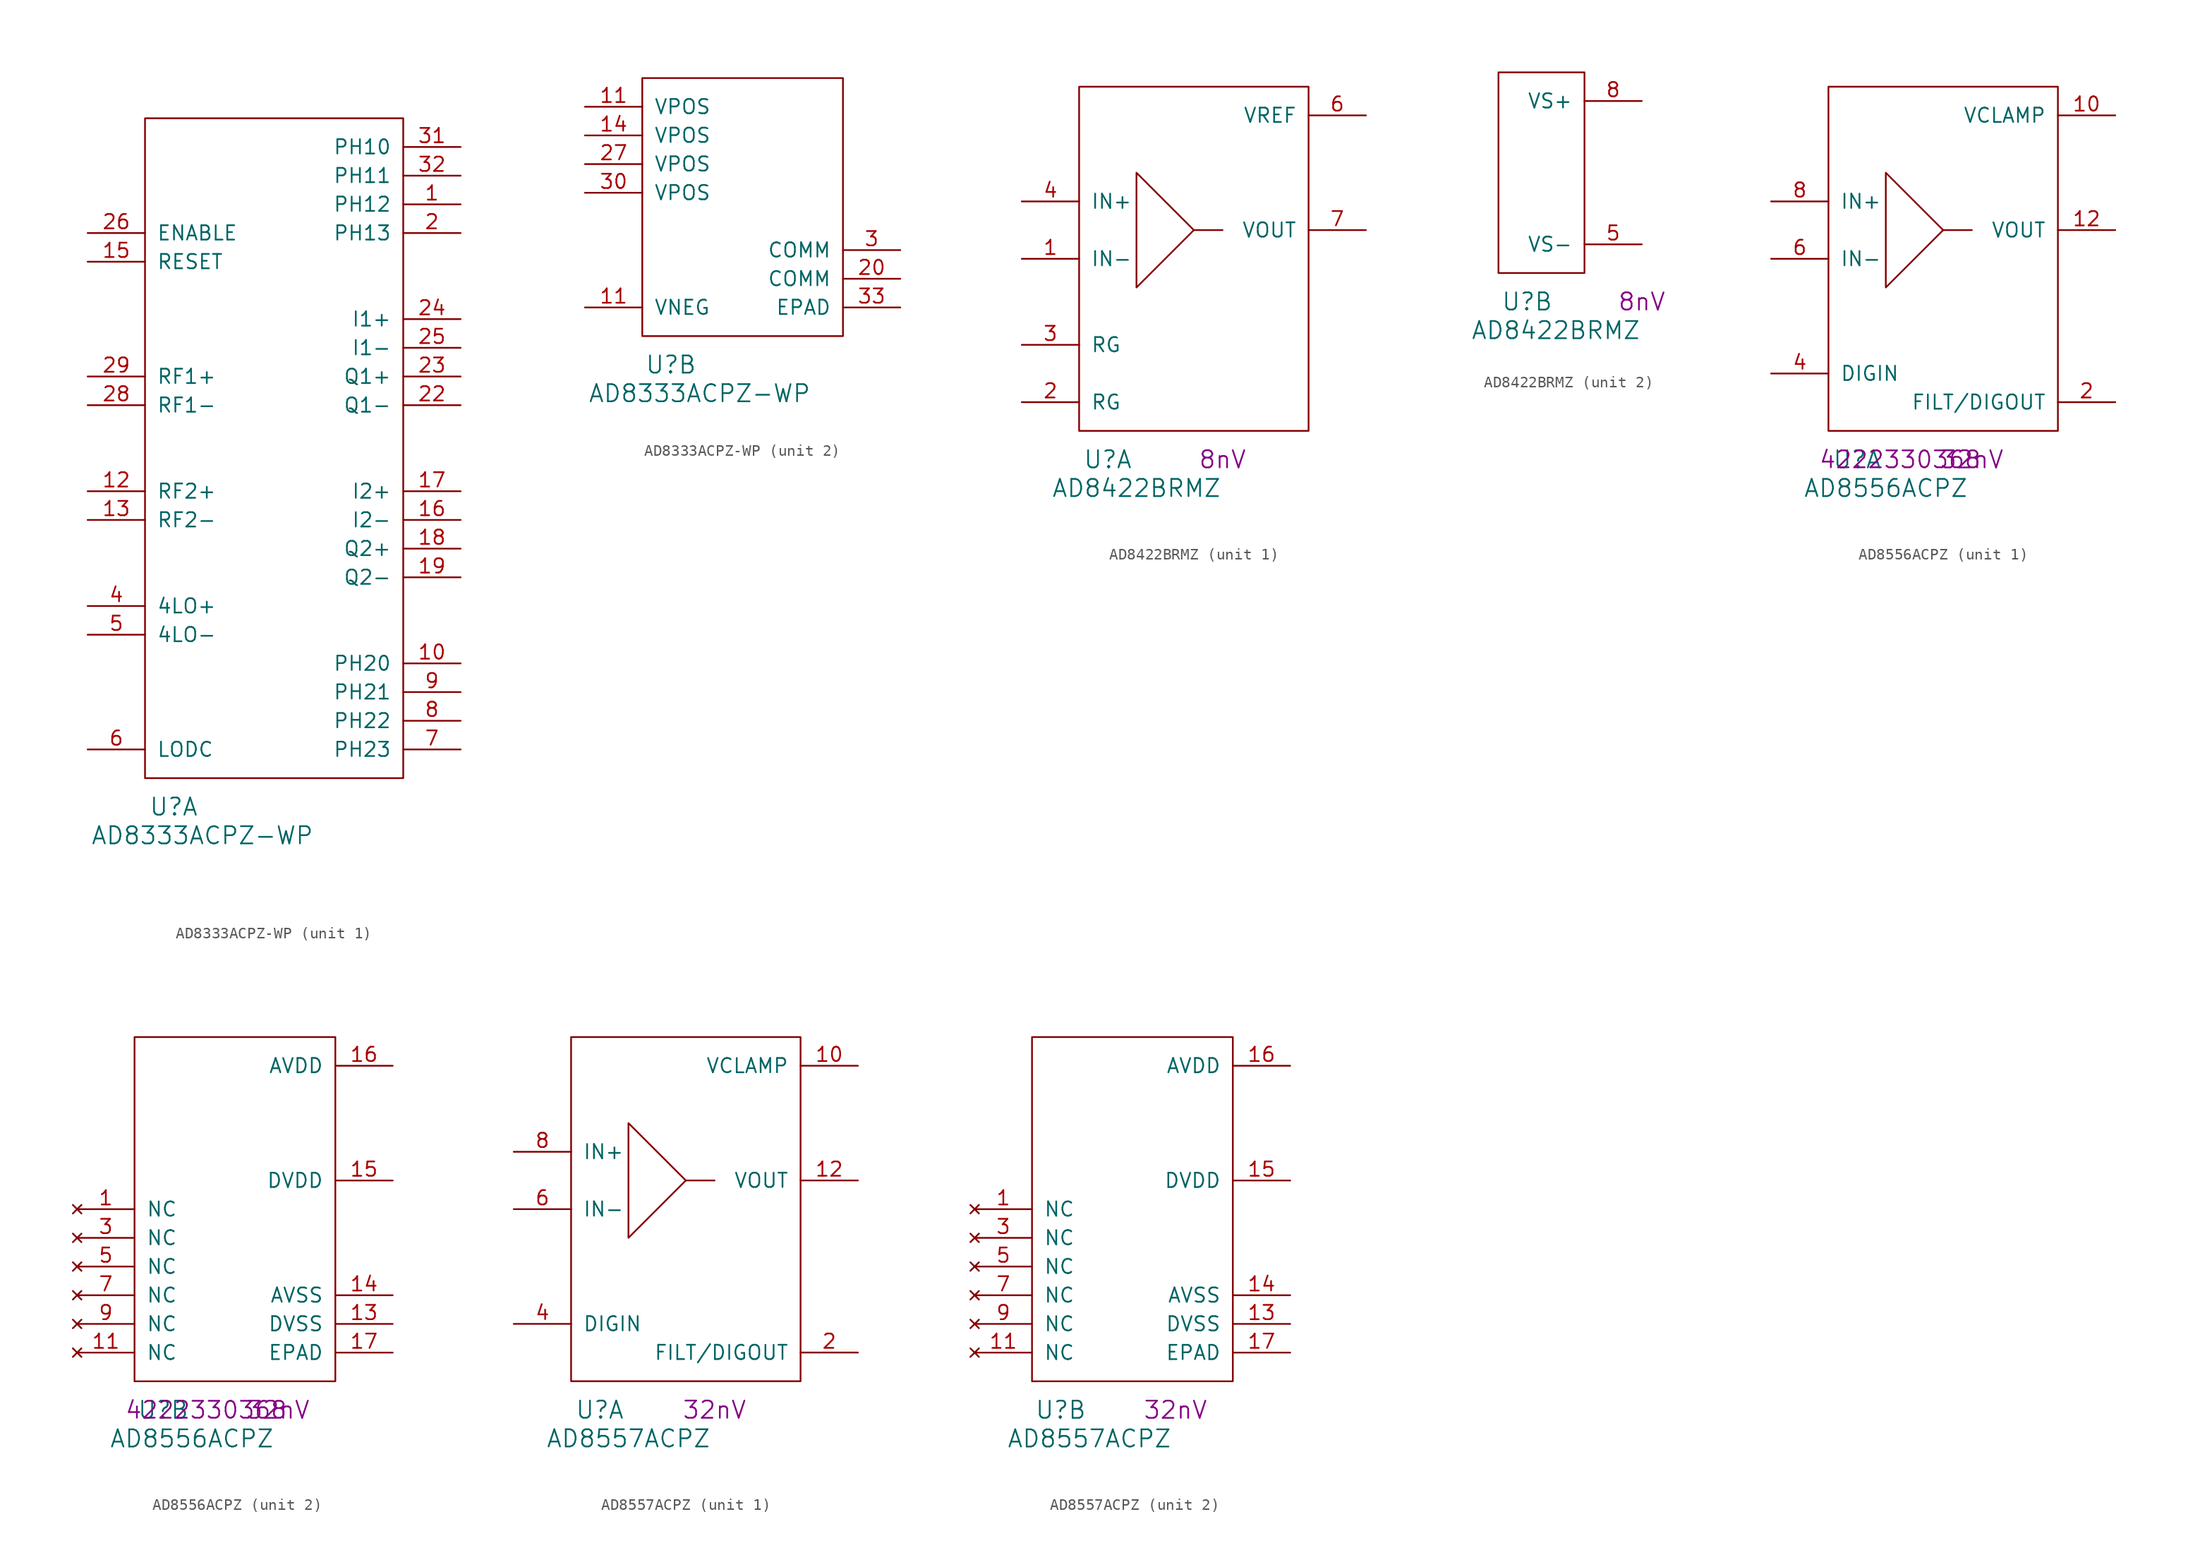
<source format=kicad_sym>
(kicad_symbol_lib
  (version 20220914)
  (generator kicad_symbol_editor)
  (symbol "AD8333ACPZ-WP"
    (pin_names
      (offset 1.016))
    (property "Reference" "U"
      (at 2.54 -2.54 0)
      (effects (font (size 1.524 1.524))))
    (property "Value" "AD8333ACPZ-WP"
      (at 5.08 -5.08 0)
      (effects (font (size 1.524 1.524))))
    (property "ki_locked" ""
      (at 0 0 0)
      (effects (font (size 1.27 1.27))))
    (symbol "AD8333ACPZ-WP_1_1"
      (rectangle (start 0 0) (end 22.86 58.42) (stroke (width 0) (type solid)) (fill (type none)))
      (pin input line (at 27.94 50.8 180) (length 5.08) (name "PH12" (effects (font (size 1.27 1.27)))) (number "1" (effects (font (size 1.27 1.27)))))
      (pin input line (at 27.94 10.16 180) (length 5.08) (name "PH20" (effects (font (size 1.27 1.27)))) (number "10" (effects (font (size 1.27 1.27)))))
      (pin input line (at -5.08 25.4 0) (length 5.08) (name "RF2+" (effects (font (size 1.27 1.27)))) (number "12" (effects (font (size 1.27 1.27)))))
      (pin input line (at -5.08 22.86 0) (length 5.08) (name "RF2-" (effects (font (size 1.27 1.27)))) (number "13" (effects (font (size 1.27 1.27)))))
      (pin input line (at -5.08 45.72 0) (length 5.08) (name "RESET" (effects (font (size 1.27 1.27)))) (number "15" (effects (font (size 1.27 1.27)))))
      (pin output line (at 27.94 22.86 180) (length 5.08) (name "I2-" (effects (font (size 1.27 1.27)))) (number "16" (effects (font (size 1.27 1.27)))))
      (pin output line (at 27.94 25.4 180) (length 5.08) (name "I2+" (effects (font (size 1.27 1.27)))) (number "17" (effects (font (size 1.27 1.27)))))
      (pin output line (at 27.94 20.32 180) (length 5.08) (name "Q2+" (effects (font (size 1.27 1.27)))) (number "18" (effects (font (size 1.27 1.27)))))
      (pin output line (at 27.94 17.78 180) (length 5.08) (name "Q2-" (effects (font (size 1.27 1.27)))) (number "19" (effects (font (size 1.27 1.27)))))
      (pin input line (at 27.94 48.26 180) (length 5.08) (name "PH13" (effects (font (size 1.27 1.27)))) (number "2" (effects (font (size 1.27 1.27)))))
      (pin output line (at 27.94 33.02 180) (length 5.08) (name "Q1-" (effects (font (size 1.27 1.27)))) (number "22" (effects (font (size 1.27 1.27)))))
      (pin output line (at 27.94 35.56 180) (length 5.08) (name "Q1+" (effects (font (size 1.27 1.27)))) (number "23" (effects (font (size 1.27 1.27)))))
      (pin output line (at 27.94 40.64 180) (length 5.08) (name "I1+" (effects (font (size 1.27 1.27)))) (number "24" (effects (font (size 1.27 1.27)))))
      (pin output line (at 27.94 38.1 180) (length 5.08) (name "I1-" (effects (font (size 1.27 1.27)))) (number "25" (effects (font (size 1.27 1.27)))))
      (pin input line (at -5.08 48.26 0) (length 5.08) (name "ENABLE" (effects (font (size 1.27 1.27)))) (number "26" (effects (font (size 1.27 1.27)))))
      (pin input line (at -5.08 33.02 0) (length 5.08) (name "RF1-" (effects (font (size 1.27 1.27)))) (number "28" (effects (font (size 1.27 1.27)))))
      (pin input line (at -5.08 35.56 0) (length 5.08) (name "RF1+" (effects (font (size 1.27 1.27)))) (number "29" (effects (font (size 1.27 1.27)))))
      (pin input line (at 27.94 55.88 180) (length 5.08) (name "PH10" (effects (font (size 1.27 1.27)))) (number "31" (effects (font (size 1.27 1.27)))))
      (pin input line (at 27.94 53.34 180) (length 5.08) (name "PH11" (effects (font (size 1.27 1.27)))) (number "32" (effects (font (size 1.27 1.27)))))
      (pin input line (at -5.08 15.24 0) (length 5.08) (name "4LO+" (effects (font (size 1.27 1.27)))) (number "4" (effects (font (size 1.27 1.27)))))
      (pin input line (at -5.08 12.7 0) (length 5.08) (name "4LO-" (effects (font (size 1.27 1.27)))) (number "5" (effects (font (size 1.27 1.27)))))
      (pin input line (at -5.08 2.54 0) (length 5.08) (name "LODC" (effects (font (size 1.27 1.27)))) (number "6" (effects (font (size 1.27 1.27)))))
      (pin input line (at 27.94 2.54 180) (length 5.08) (name "PH23" (effects (font (size 1.27 1.27)))) (number "7" (effects (font (size 1.27 1.27)))))
      (pin input line (at 27.94 5.08 180) (length 5.08) (name "PH22" (effects (font (size 1.27 1.27)))) (number "8" (effects (font (size 1.27 1.27)))))
      (pin input line (at 27.94 7.62 180) (length 5.08) (name "PH21" (effects (font (size 1.27 1.27)))) (number "9" (effects (font (size 1.27 1.27))))))
    (symbol "AD8333ACPZ-WP_2_1"
      (rectangle (start 0 0) (end 17.78 22.86) (stroke (width 0) (type solid)) (fill (type none)))
      (pin power_in line (at -5.08 2.54 0) (length 5.08) (name "VNEG" (effects (font (size 1.27 1.27)))) (number "11" (effects (font (size 1.27 1.27)))))
      (pin power_in line (at -5.08 20.32 0) (length 5.08) (name "VPOS" (effects (font (size 1.27 1.27)))) (number "11" (effects (font (size 1.27 1.27)))))
      (pin power_in line (at -5.08 17.78 0) (length 5.08) (name "VPOS" (effects (font (size 1.27 1.27)))) (number "14" (effects (font (size 1.27 1.27)))))
      (pin power_in line (at 22.86 5.08 180) (length 5.08) (name "COMM" (effects (font (size 1.27 1.27)))) (number "20" (effects (font (size 1.27 1.27)))))
      (pin power_in line (at -5.08 15.24 0) (length 5.08) (name "VPOS" (effects (font (size 1.27 1.27)))) (number "27" (effects (font (size 1.27 1.27)))))
      (pin power_in line (at 22.86 7.62 180) (length 5.08) (name "COMM" (effects (font (size 1.27 1.27)))) (number "3" (effects (font (size 1.27 1.27)))))
      (pin power_in line (at -5.08 12.7 0) (length 5.08) (name "VPOS" (effects (font (size 1.27 1.27)))) (number "30" (effects (font (size 1.27 1.27)))))
      (pin power_in line (at 22.86 2.54 180) (length 5.08) (name "EPAD" (effects (font (size 1.27 1.27)))) (number "33" (effects (font (size 1.27 1.27)))))))
  (symbol "AD8422BRMZ"
    (pin_names
      (offset 1.016))
    (property "Reference" "U"
      (at 2.54 -2.54 0)
      (effects (font (size 1.524 1.524))))
    (property "Value" "AD8422BRMZ"
      (at 5.08 -5.08 0)
      (effects (font (size 1.524 1.524))))
    (property "Noise" "8nV"
      (at 12.7 -2.54 0)
      (effects (font (size 1.524 1.524))))
    (property "ki_locked" ""
      (at 0 0 0)
      (effects (font (size 1.27 1.27))))
    (symbol "AD8422BRMZ_1_1"
      (polyline (pts (xy 10.16 17.78) (xy 12.7 17.78)) (stroke (width 0) (type solid)) (fill (type none)))
      (polyline (pts (xy 10.16 17.78) (xy 5.08 22.86) (xy 5.08 12.7) (xy 10.16 17.78)) (stroke (width 0) (type solid)) (fill (type none)))
      (rectangle (start 0 0) (end 20.32 30.48) (stroke (width 0) (type solid)) (fill (type none)))
      (pin input line (at -5.08 15.24 0) (length 5.08) (name "IN-" (effects (font (size 1.27 1.27)))) (number "1" (effects (font (size 1.27 1.27)))))
      (pin output line (at -5.08 2.54 0) (length 5.08) (name "RG" (effects (font (size 1.27 1.27)))) (number "2" (effects (font (size 1.27 1.27)))))
      (pin input line (at -5.08 7.62 0) (length 5.08) (name "RG" (effects (font (size 1.27 1.27)))) (number "3" (effects (font (size 1.27 1.27)))))
      (pin input line (at -5.08 20.32 0) (length 5.08) (name "IN+" (effects (font (size 1.27 1.27)))) (number "4" (effects (font (size 1.27 1.27)))))
      (pin input line (at 25.4 27.94 180) (length 5.08) (name "VREF" (effects (font (size 1.27 1.27)))) (number "6" (effects (font (size 1.27 1.27)))))
      (pin output line (at 25.4 17.78 180) (length 5.08) (name "VOUT" (effects (font (size 1.27 1.27)))) (number "7" (effects (font (size 1.27 1.27))))))
    (symbol "AD8422BRMZ_2_1"
      (rectangle (start 0 0) (end 7.62 17.78) (stroke (width 0) (type solid)) (fill (type none)))
      (pin power_in line (at 12.7 2.54 180) (length 5.08) (name "VS-" (effects (font (size 1.27 1.27)))) (number "5" (effects (font (size 1.27 1.27)))))
      (pin power_in line (at 12.7 15.24 180) (length 5.08) (name "VS+" (effects (font (size 1.27 1.27)))) (number "8" (effects (font (size 1.27 1.27)))))))
  (symbol "AD8556ACPZ"
    (pin_names
      (offset 1.016))
    (property "Reference" "U"
      (at 2.54 -2.54 0)
      (effects (font (size 1.524 1.524))))
    (property "Value" "AD8556ACPZ"
      (at 5.08 -5.08 0)
      (effects (font (size 1.524 1.524))))
    (property "Noise" "32nV"
      (at 12.7 -2.54 0)
      (effects (font (size 1.524 1.524))))
    (property "AC" "4222330368"
      (at 6.35 -2.54 0)
      (effects (font (size 1.499 1.499))))
    (property "ki_locked" ""
      (at 0 0 0)
      (effects (font (size 1.27 1.27))))
    (symbol "AD8556ACPZ_1_1"
      (polyline (pts (xy 10.16 17.78) (xy 12.7 17.78)) (stroke (width 0) (type solid)) (fill (type none)))
      (polyline (pts (xy 10.16 17.78) (xy 5.08 22.86) (xy 5.08 12.7) (xy 10.16 17.78)) (stroke (width 0) (type solid)) (fill (type none)))
      (rectangle (start 0 0) (end 20.32 30.48) (stroke (width 0) (type solid)) (fill (type none)))
      (pin input line (at 25.4 27.94 180) (length 5.08) (name "VCLAMP" (effects (font (size 1.27 1.27)))) (number "10" (effects (font (size 1.27 1.27)))))
      (pin output line (at 25.4 17.78 180) (length 5.08) (name "VOUT" (effects (font (size 1.27 1.27)))) (number "12" (effects (font (size 1.27 1.27)))))
      (pin output line (at 25.4 2.54 180) (length 5.08) (name "FILT/DIGOUT" (effects (font (size 1.27 1.27)))) (number "2" (effects (font (size 1.27 1.27)))))
      (pin input line (at -5.08 5.08 0) (length 5.08) (name "DIGIN" (effects (font (size 1.27 1.27)))) (number "4" (effects (font (size 1.27 1.27)))))
      (pin input line (at -5.08 15.24 0) (length 5.08) (name "IN-" (effects (font (size 1.27 1.27)))) (number "6" (effects (font (size 1.27 1.27)))))
      (pin input line (at -5.08 20.32 0) (length 5.08) (name "IN+" (effects (font (size 1.27 1.27)))) (number "8" (effects (font (size 1.27 1.27))))))
    (symbol "AD8556ACPZ_2_1"
      (rectangle (start 0 0) (end 17.78 30.48) (stroke (width 0) (type solid)) (fill (type none)))
      (pin no_connect line (at -5.08 15.24 0) (length 5.08) (name "NC" (effects (font (size 1.27 1.27)))) (number "1" (effects (font (size 1.27 1.27)))))
      (pin no_connect line (at -5.08 2.54 0) (length 5.08) (name "NC" (effects (font (size 1.27 1.27)))) (number "11" (effects (font (size 1.27 1.27)))))
      (pin power_in line (at 22.86 5.08 180) (length 5.08) (name "DVSS" (effects (font (size 1.27 1.27)))) (number "13" (effects (font (size 1.27 1.27)))))
      (pin power_in line (at 22.86 7.62 180) (length 5.08) (name "AVSS" (effects (font (size 1.27 1.27)))) (number "14" (effects (font (size 1.27 1.27)))))
      (pin power_in line (at 22.86 17.78 180) (length 5.08) (name "DVDD" (effects (font (size 1.27 1.27)))) (number "15" (effects (font (size 1.27 1.27)))))
      (pin power_in line (at 22.86 27.94 180) (length 5.08) (name "AVDD" (effects (font (size 1.27 1.27)))) (number "16" (effects (font (size 1.27 1.27)))))
      (pin power_in line (at 22.86 2.54 180) (length 5.08) (name "EPAD" (effects (font (size 1.27 1.27)))) (number "17" (effects (font (size 1.27 1.27)))))
      (pin no_connect line (at -5.08 12.7 0) (length 5.08) (name "NC" (effects (font (size 1.27 1.27)))) (number "3" (effects (font (size 1.27 1.27)))))
      (pin no_connect line (at -5.08 10.16 0) (length 5.08) (name "NC" (effects (font (size 1.27 1.27)))) (number "5" (effects (font (size 1.27 1.27)))))
      (pin no_connect line (at -5.08 7.62 0) (length 5.08) (name "NC" (effects (font (size 1.27 1.27)))) (number "7" (effects (font (size 1.27 1.27)))))
      (pin no_connect line (at -5.08 5.08 0) (length 5.08) (name "NC" (effects (font (size 1.27 1.27)))) (number "9" (effects (font (size 1.27 1.27)))))))
  (symbol "AD8557ACPZ"
    (pin_names
      (offset 1.016))
    (property "Reference" "U"
      (at 2.54 -2.54 0)
      (effects (font (size 1.524 1.524))))
    (property "Value" "AD8557ACPZ"
      (at 5.08 -5.08 0)
      (effects (font (size 1.524 1.524))))
    (property "Noise" "32nV"
      (at 12.7 -2.54 0)
      (effects (font (size 1.524 1.524))))
    (property "ki_locked" ""
      (at 0 0 0)
      (effects (font (size 1.27 1.27))))
    (symbol "AD8557ACPZ_1_1"
      (polyline (pts (xy 10.16 17.78) (xy 12.7 17.78)) (stroke (width 0) (type solid)) (fill (type none)))
      (polyline (pts (xy 10.16 17.78) (xy 5.08 22.86) (xy 5.08 12.7) (xy 10.16 17.78)) (stroke (width 0) (type solid)) (fill (type none)))
      (rectangle (start 0 0) (end 20.32 30.48) (stroke (width 0) (type solid)) (fill (type none)))
      (pin power_in line (at 25.4 27.94 180) (length 5.08) (name "VCLAMP" (effects (font (size 1.27 1.27)))) (number "10" (effects (font (size 1.27 1.27)))))
      (pin output line (at 25.4 17.78 180) (length 5.08) (name "VOUT" (effects (font (size 1.27 1.27)))) (number "12" (effects (font (size 1.27 1.27)))))
      (pin output line (at 25.4 2.54 180) (length 5.08) (name "FILT/DIGOUT" (effects (font (size 1.27 1.27)))) (number "2" (effects (font (size 1.27 1.27)))))
      (pin input line (at -5.08 5.08 0) (length 5.08) (name "DIGIN" (effects (font (size 1.27 1.27)))) (number "4" (effects (font (size 1.27 1.27)))))
      (pin input line (at -5.08 15.24 0) (length 5.08) (name "IN-" (effects (font (size 1.27 1.27)))) (number "6" (effects (font (size 1.27 1.27)))))
      (pin input line (at -5.08 20.32 0) (length 5.08) (name "IN+" (effects (font (size 1.27 1.27)))) (number "8" (effects (font (size 1.27 1.27))))))
    (symbol "AD8557ACPZ_2_1"
      (rectangle (start 0 0) (end 17.78 30.48) (stroke (width 0) (type solid)) (fill (type none)))
      (pin no_connect line (at -5.08 15.24 0) (length 5.08) (name "NC" (effects (font (size 1.27 1.27)))) (number "1" (effects (font (size 1.27 1.27)))))
      (pin no_connect line (at -5.08 2.54 0) (length 5.08) (name "NC" (effects (font (size 1.27 1.27)))) (number "11" (effects (font (size 1.27 1.27)))))
      (pin power_in line (at 22.86 5.08 180) (length 5.08) (name "DVSS" (effects (font (size 1.27 1.27)))) (number "13" (effects (font (size 1.27 1.27)))))
      (pin power_in line (at 22.86 7.62 180) (length 5.08) (name "AVSS" (effects (font (size 1.27 1.27)))) (number "14" (effects (font (size 1.27 1.27)))))
      (pin power_in line (at 22.86 17.78 180) (length 5.08) (name "DVDD" (effects (font (size 1.27 1.27)))) (number "15" (effects (font (size 1.27 1.27)))))
      (pin power_in line (at 22.86 27.94 180) (length 5.08) (name "AVDD" (effects (font (size 1.27 1.27)))) (number "16" (effects (font (size 1.27 1.27)))))
      (pin power_in line (at 22.86 2.54 180) (length 5.08) (name "EPAD" (effects (font (size 1.27 1.27)))) (number "17" (effects (font (size 1.27 1.27)))))
      (pin no_connect line (at -5.08 12.7 0) (length 5.08) (name "NC" (effects (font (size 1.27 1.27)))) (number "3" (effects (font (size 1.27 1.27)))))
      (pin no_connect line (at -5.08 10.16 0) (length 5.08) (name "NC" (effects (font (size 1.27 1.27)))) (number "5" (effects (font (size 1.27 1.27)))))
      (pin no_connect line (at -5.08 7.62 0) (length 5.08) (name "NC" (effects (font (size 1.27 1.27)))) (number "7" (effects (font (size 1.27 1.27)))))
      (pin no_connect line (at -5.08 5.08 0) (length 5.08) (name "NC" (effects (font (size 1.27 1.27)))) (number "9" (effects (font (size 1.27 1.27))))))))
</source>
